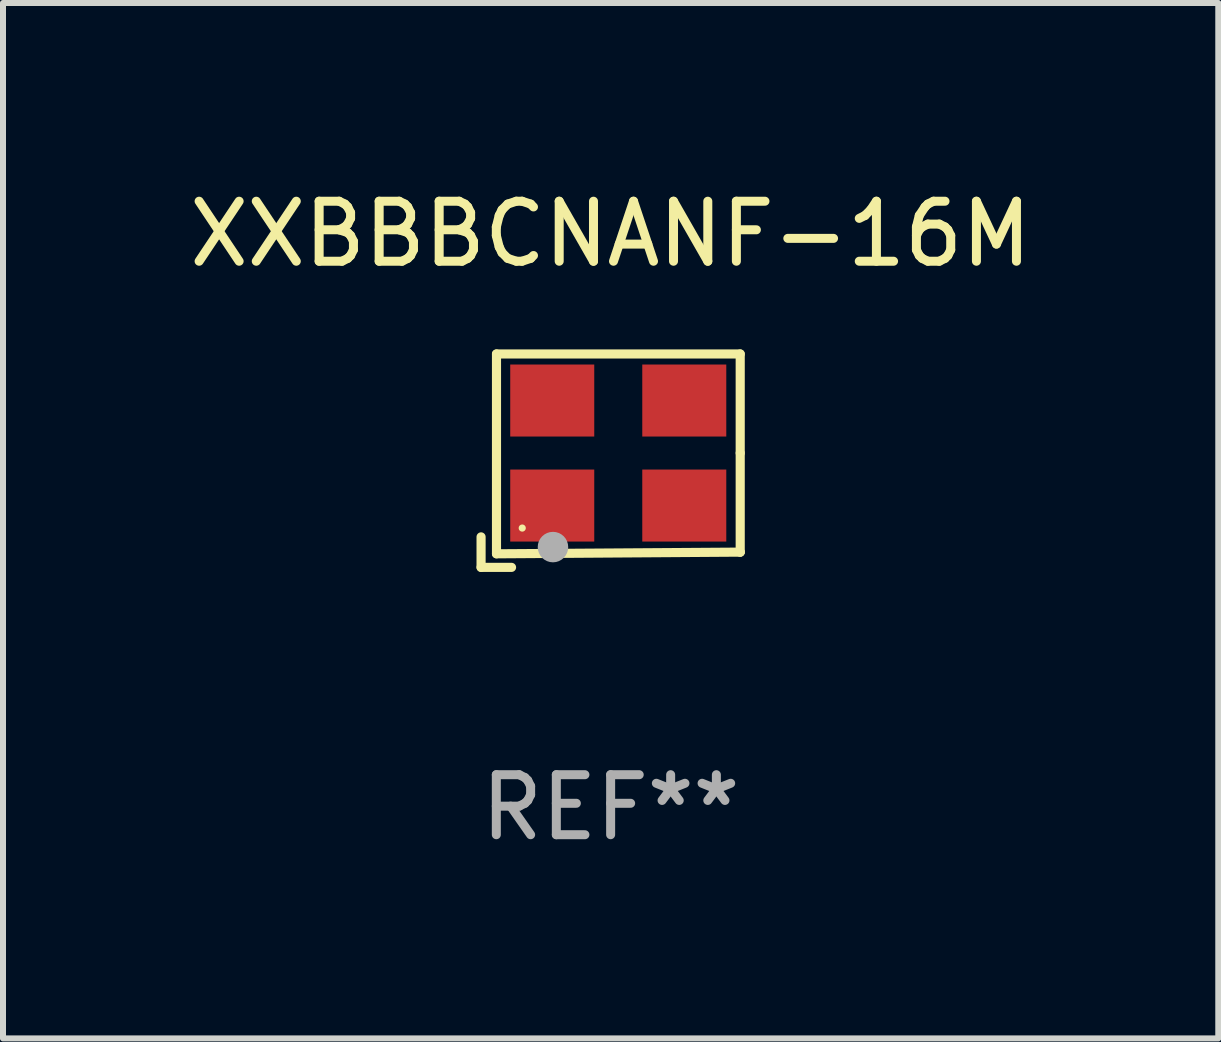
<source format=kicad_pcb>
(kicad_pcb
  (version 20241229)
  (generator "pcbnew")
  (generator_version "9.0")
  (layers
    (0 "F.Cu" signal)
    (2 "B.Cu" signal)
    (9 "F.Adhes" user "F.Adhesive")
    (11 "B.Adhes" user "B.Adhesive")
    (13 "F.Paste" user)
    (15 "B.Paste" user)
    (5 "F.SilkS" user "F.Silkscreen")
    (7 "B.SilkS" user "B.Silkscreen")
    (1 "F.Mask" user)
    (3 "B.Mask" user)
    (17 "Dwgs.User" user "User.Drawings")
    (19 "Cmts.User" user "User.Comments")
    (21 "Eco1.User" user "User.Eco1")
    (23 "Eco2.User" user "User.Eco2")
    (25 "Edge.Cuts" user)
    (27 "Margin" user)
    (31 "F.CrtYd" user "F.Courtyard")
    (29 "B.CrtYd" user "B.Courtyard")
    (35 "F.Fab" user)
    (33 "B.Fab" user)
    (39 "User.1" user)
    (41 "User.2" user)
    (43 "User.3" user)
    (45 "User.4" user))
  (footprint "XXBBBCNANF-16M"
    (layer "F.Cu")
    (at 7.125 4.626)
    (property "Reference" "XXBBBCNANF-16M" (at 0 -3.778 0) (layer "F.SilkS") (effects (font (size 1 1) (thickness 0.15))))
    (attr through_hole)
    (fp_line (start -2.159 1.27) (end -2.159 1.778) (stroke (width 0.152) (type solid)) (layer "F.SilkS"))
    (fp_line (start -2.159 1.778) (end -1.651 1.778) (stroke (width 0.152) (type solid)) (layer "F.SilkS"))
    (fp_line (start -1.902 -1.778) (end 2.159 -1.778) (stroke (width 0.152) (type solid)) (layer "F.SilkS"))
    (fp_line (start -1.902 1.552) (end -1.902 -1.778) (stroke (width 0.152) (type solid)) (layer "F.SilkS"))
    (fp_line (start 2.159 -1.778) (end 2.159 -0.127) (stroke (width 0.152) (type solid)) (layer "F.SilkS"))
    (fp_line (start 2.159 -0.127) (end 2.159 1.524) (stroke (width 0.152) (type solid)) (layer "F.SilkS"))
    (fp_line (start 2.159 1.524) (end -1.902 1.552) (stroke (width 0.152) (type solid)) (layer "F.SilkS"))
    (fp_line (start 2.159 1.524) (end 2.159 1.524) (stroke (width 0.152) (type solid)) (layer "F.SilkS"))
    (fp_circle (center -1.473 1.123) (end -1.443 1.123) (stroke (width 0.06) (type solid)) (fill no) (layer "F.SilkS"))
    (fp_circle (center -0.961 1.44) (end -0.834 1.44) (stroke (width 0.254) (type solid)) (fill no) (layer "F.Fab"))
    (fp_text user "REF**" (at 0 5.778 0) (layer "F.Fab") (effects (font (size 1 1) (thickness 0.15))))
    (pad "1" smd rect (at -0.973 0.748) (size 1.4 1.2) (layers "F.Cu" "F.Mask" "F.Paste"))
    (pad "2" smd rect (at 1.227 0.748) (size 1.4 1.2) (layers "F.Cu" "F.Mask" "F.Paste"))
    (pad "3" smd rect (at 1.227 -1.002) (size 1.4 1.2) (layers "F.Cu" "F.Mask" "F.Paste"))
    (pad "4" smd rect (at -0.973 -1.002) (size 1.4 1.2) (layers "F.Cu" "F.Mask" "F.Paste")))
  (gr_rect
    (start -3 -3)
    (end 17.25 14.253)
    (stroke (width 0.1) (type default))
    (fill no)
    (layer "Edge.Cuts")))
</source>
